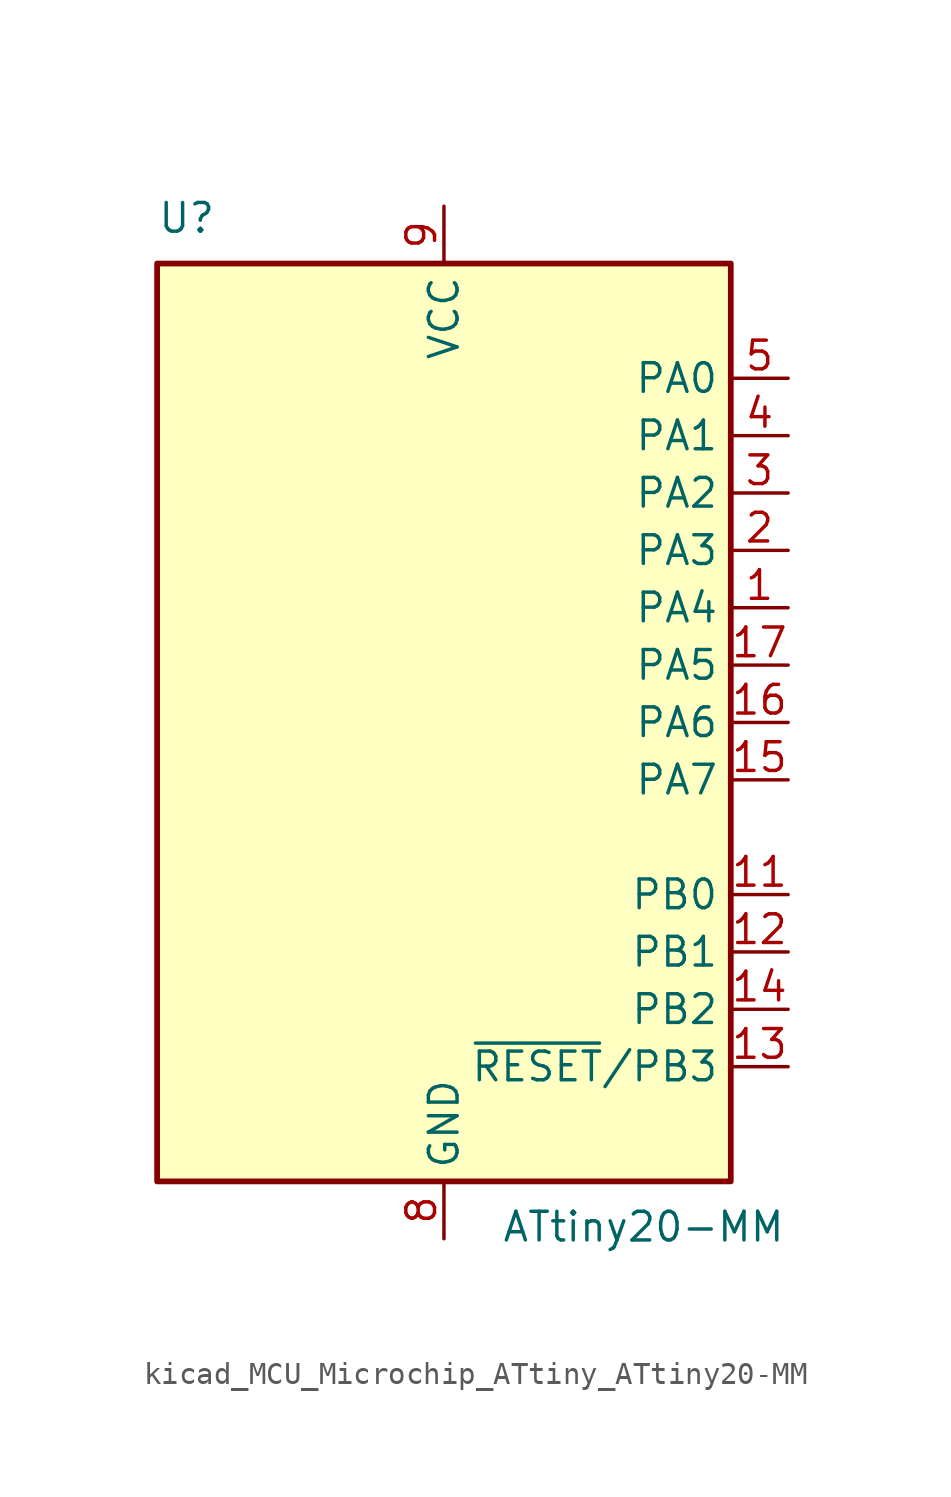
<source format=kicad_sym>
(kicad_symbol_lib
  (version 20220914)
  (generator kicad_symbol_editor)
  (symbol "kicad_MCU_Microchip_ATtiny_ATtiny20-MM"
    (property "Reference" "U"
      (at -12.7 21.59 0)
      (effects (font (size 1.27 1.27)) (justify left bottom)))
    (property "Value" "ATtiny20-MM"
      (at 2.54 -21.59 0)
      (effects (font (size 1.27 1.27)) (justify left top)))
    (symbol "kicad_MCU_Microchip_ATtiny_ATtiny20-MM_0_1"
      (rectangle (start -12.7 -20.32) (end 12.7 20.32) (stroke (width 0.254) (type default)) (fill (type background))))
    (symbol "kicad_MCU_Microchip_ATtiny_ATtiny20-MM_1_1"
      (pin bidirectional line (at 15.24 5.08 180) (length 2.54) (name "PA4" (effects (font (size 1.27 1.27)))) (number "1" (effects (font (size 1.27 1.27)))))
      (pin no_connect line (at -12.7 -10.16 0) (length 2.54) hide (name "NC" (effects (font (size 1.27 1.27)))) (number "10" (effects (font (size 1.27 1.27)))))
      (pin bidirectional line (at 15.24 -7.62 180) (length 2.54) (name "PB0" (effects (font (size 1.27 1.27)))) (number "11" (effects (font (size 1.27 1.27)))))
      (pin bidirectional line (at 15.24 -10.16 180) (length 2.54) (name "PB1" (effects (font (size 1.27 1.27)))) (number "12" (effects (font (size 1.27 1.27)))))
      (pin bidirectional line (at 15.24 -15.24 180) (length 2.54) (name "~{RESET}/PB3" (effects (font (size 1.27 1.27)))) (number "13" (effects (font (size 1.27 1.27)))))
      (pin bidirectional line (at 15.24 -12.7 180) (length 2.54) (name "PB2" (effects (font (size 1.27 1.27)))) (number "14" (effects (font (size 1.27 1.27)))))
      (pin bidirectional line (at 15.24 -2.54 180) (length 2.54) (name "PA7" (effects (font (size 1.27 1.27)))) (number "15" (effects (font (size 1.27 1.27)))))
      (pin bidirectional line (at 15.24 0 180) (length 2.54) (name "PA6" (effects (font (size 1.27 1.27)))) (number "16" (effects (font (size 1.27 1.27)))))
      (pin bidirectional line (at 15.24 2.54 180) (length 2.54) (name "PA5" (effects (font (size 1.27 1.27)))) (number "17" (effects (font (size 1.27 1.27)))))
      (pin no_connect line (at -12.7 -12.7 0) (length 2.54) hide (name "NC" (effects (font (size 1.27 1.27)))) (number "18" (effects (font (size 1.27 1.27)))))
      (pin no_connect line (at -12.7 -15.24 0) (length 2.54) hide (name "NC" (effects (font (size 1.27 1.27)))) (number "19" (effects (font (size 1.27 1.27)))))
      (pin bidirectional line (at 15.24 7.62 180) (length 2.54) (name "PA3" (effects (font (size 1.27 1.27)))) (number "2" (effects (font (size 1.27 1.27)))))
      (pin no_connect line (at -12.7 -17.78 0) (length 2.54) hide (name "NC" (effects (font (size 1.27 1.27)))) (number "20" (effects (font (size 1.27 1.27)))))
      (pin passive line (at 0 -22.86 90) (length 2.54) hide (name "GND" (effects (font (size 1.27 1.27)))) (number "21" (effects (font (size 1.27 1.27)))))
      (pin bidirectional line (at 15.24 10.16 180) (length 2.54) (name "PA2" (effects (font (size 1.27 1.27)))) (number "3" (effects (font (size 1.27 1.27)))))
      (pin bidirectional line (at 15.24 12.7 180) (length 2.54) (name "PA1" (effects (font (size 1.27 1.27)))) (number "4" (effects (font (size 1.27 1.27)))))
      (pin bidirectional line (at 15.24 15.24 180) (length 2.54) (name "PA0" (effects (font (size 1.27 1.27)))) (number "5" (effects (font (size 1.27 1.27)))))
      (pin no_connect line (at -12.7 -5.08 0) (length 2.54) hide (name "NC" (effects (font (size 1.27 1.27)))) (number "6" (effects (font (size 1.27 1.27)))))
      (pin no_connect line (at -12.7 -7.62 0) (length 2.54) hide (name "NC" (effects (font (size 1.27 1.27)))) (number "7" (effects (font (size 1.27 1.27)))))
      (pin power_in line (at 0 -22.86 90) (length 2.54) (name "GND" (effects (font (size 1.27 1.27)))) (number "8" (effects (font (size 1.27 1.27)))))
      (pin power_in line (at 0 22.86 270) (length 2.54) (name "VCC" (effects (font (size 1.27 1.27)))) (number "9" (effects (font (size 1.27 1.27))))))))
</source>
